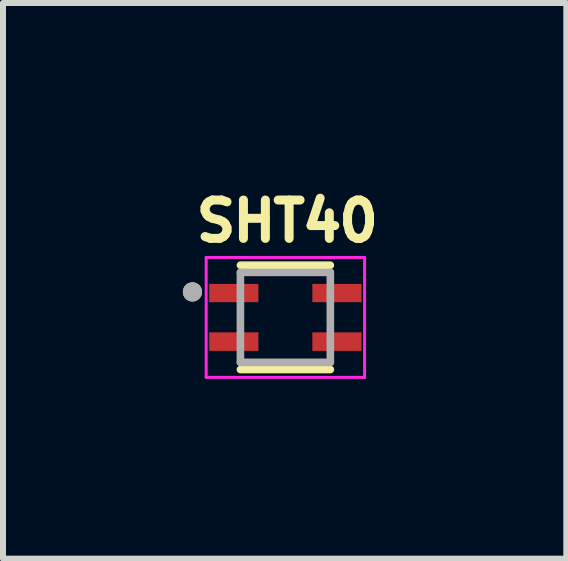
<source format=kicad_pcb>
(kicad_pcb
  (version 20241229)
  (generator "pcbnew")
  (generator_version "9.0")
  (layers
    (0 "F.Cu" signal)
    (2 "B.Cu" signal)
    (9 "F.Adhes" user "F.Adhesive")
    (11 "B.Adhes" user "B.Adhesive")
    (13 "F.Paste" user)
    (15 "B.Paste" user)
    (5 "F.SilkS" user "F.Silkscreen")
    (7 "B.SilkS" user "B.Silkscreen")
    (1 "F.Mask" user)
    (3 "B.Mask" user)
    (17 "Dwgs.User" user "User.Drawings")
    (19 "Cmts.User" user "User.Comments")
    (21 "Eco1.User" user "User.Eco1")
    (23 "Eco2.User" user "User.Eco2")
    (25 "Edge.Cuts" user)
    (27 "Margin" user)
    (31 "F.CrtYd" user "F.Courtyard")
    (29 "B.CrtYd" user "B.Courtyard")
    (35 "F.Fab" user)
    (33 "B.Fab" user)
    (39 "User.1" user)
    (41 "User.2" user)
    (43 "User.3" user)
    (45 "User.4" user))
  (footprint "SHT40"
    (layer "F.Cu")
    (at 1.71 2.244)
    (property "Reference" "SHT40" (at 0.032 -1.606 0) (layer "F.SilkS") (effects (font (size 0.64 0.64) (thickness 0.15))))
    (attr smd)
    (fp_line (start -0.75 -0.87) (end 0.75 -0.87) (stroke (width 0.127) (type solid)) (layer "F.SilkS"))
    (fp_line (start 0.75 0.87) (end -0.75 0.87) (stroke (width 0.127) (type solid)) (layer "F.SilkS"))
    (fp_circle (center -1.55 -0.425) (end -1.47 -0.425) (stroke (width 0.16) (type solid)) (fill no) (layer "F.SilkS"))
    (fp_line (start -1.321 -1) (end -1.321 1) (stroke (width 0.05) (type solid)) (layer "F.CrtYd"))
    (fp_line (start -1.321 1) (end 1.321 1) (stroke (width 0.05) (type solid)) (layer "F.CrtYd"))
    (fp_line (start 1.321 -1) (end -1.321 -1) (stroke (width 0.05) (type solid)) (layer "F.CrtYd"))
    (fp_line (start 1.321 1) (end 1.321 -1) (stroke (width 0.05) (type solid)) (layer "F.CrtYd"))
    (fp_line (start -0.75 -0.75) (end -0.75 0.75) (stroke (width 0.127) (type solid)) (layer "F.Fab"))
    (fp_line (start -0.75 -0.75) (end 0.75 -0.75) (stroke (width 0.127) (type solid)) (layer "F.Fab"))
    (fp_line (start 0.75 0.75) (end -0.75 0.75) (stroke (width 0.127) (type solid)) (layer "F.Fab"))
    (fp_line (start 0.75 0.75) (end 0.75 -0.75) (stroke (width 0.127) (type solid)) (layer "F.Fab"))
    (fp_circle (center -1.55 -0.425) (end -1.47 -0.425) (stroke (width 0.16) (type solid)) (fill no) (layer "F.Fab"))
    (pad "1" smd rect (at -0.86 -0.406) (size 0.82 0.305) (layers "F.Cu" "F.Mask" "F.Paste"))
    (pad "2" smd rect (at -0.86 0.404) (size 0.82 0.309) (layers "F.Cu" "F.Mask" "F.Paste"))
    (pad "3" smd rect (at 0.86 0.404) (size 0.82 0.309) (layers "F.Cu" "F.Mask" "F.Paste"))
    (pad "4" smd rect (at 0.86 -0.406) (size 0.82 0.305) (layers "F.Cu" "F.Mask" "F.Paste"))
    (zone (net_name "") (layer "F.Cu") (hatch full 0.508) (connect_pads) (min_thickness 0.01) (filled_areas_thickness no) (keepout (tracks not_allowed) (vias not_allowed) (pads not_allowed) (copperpour not_allowed) (footprints allowed)) (placement (enabled no)) (fill) (polygon (pts (xy 0.96 2.004) (xy 1.27 2.004) (xy 1.27 1.659) (xy 0.96 1.659) (xy 0.96 1.494) (xy 2.46 1.494) (xy 2.46 1.684) (xy 2.15 1.684) (xy 2.15 2.004) (xy 2.46 2.004) (xy 2.46 2.484) (xy 2.15 2.484) (xy 2.15 2.804) (xy 2.46 2.804) (xy 2.46 2.994) (xy 0.96 2.994) (xy 0.96 2.804) (xy 1.27 2.804) (xy 1.27 2.484) (xy 0.96 2.484)))))
  (gr_rect
    (start -3 -3)
    (end 6.396 6.269)
    (stroke (width 0.1) (type default))
    (fill no)
    (layer "Edge.Cuts")))
</source>
